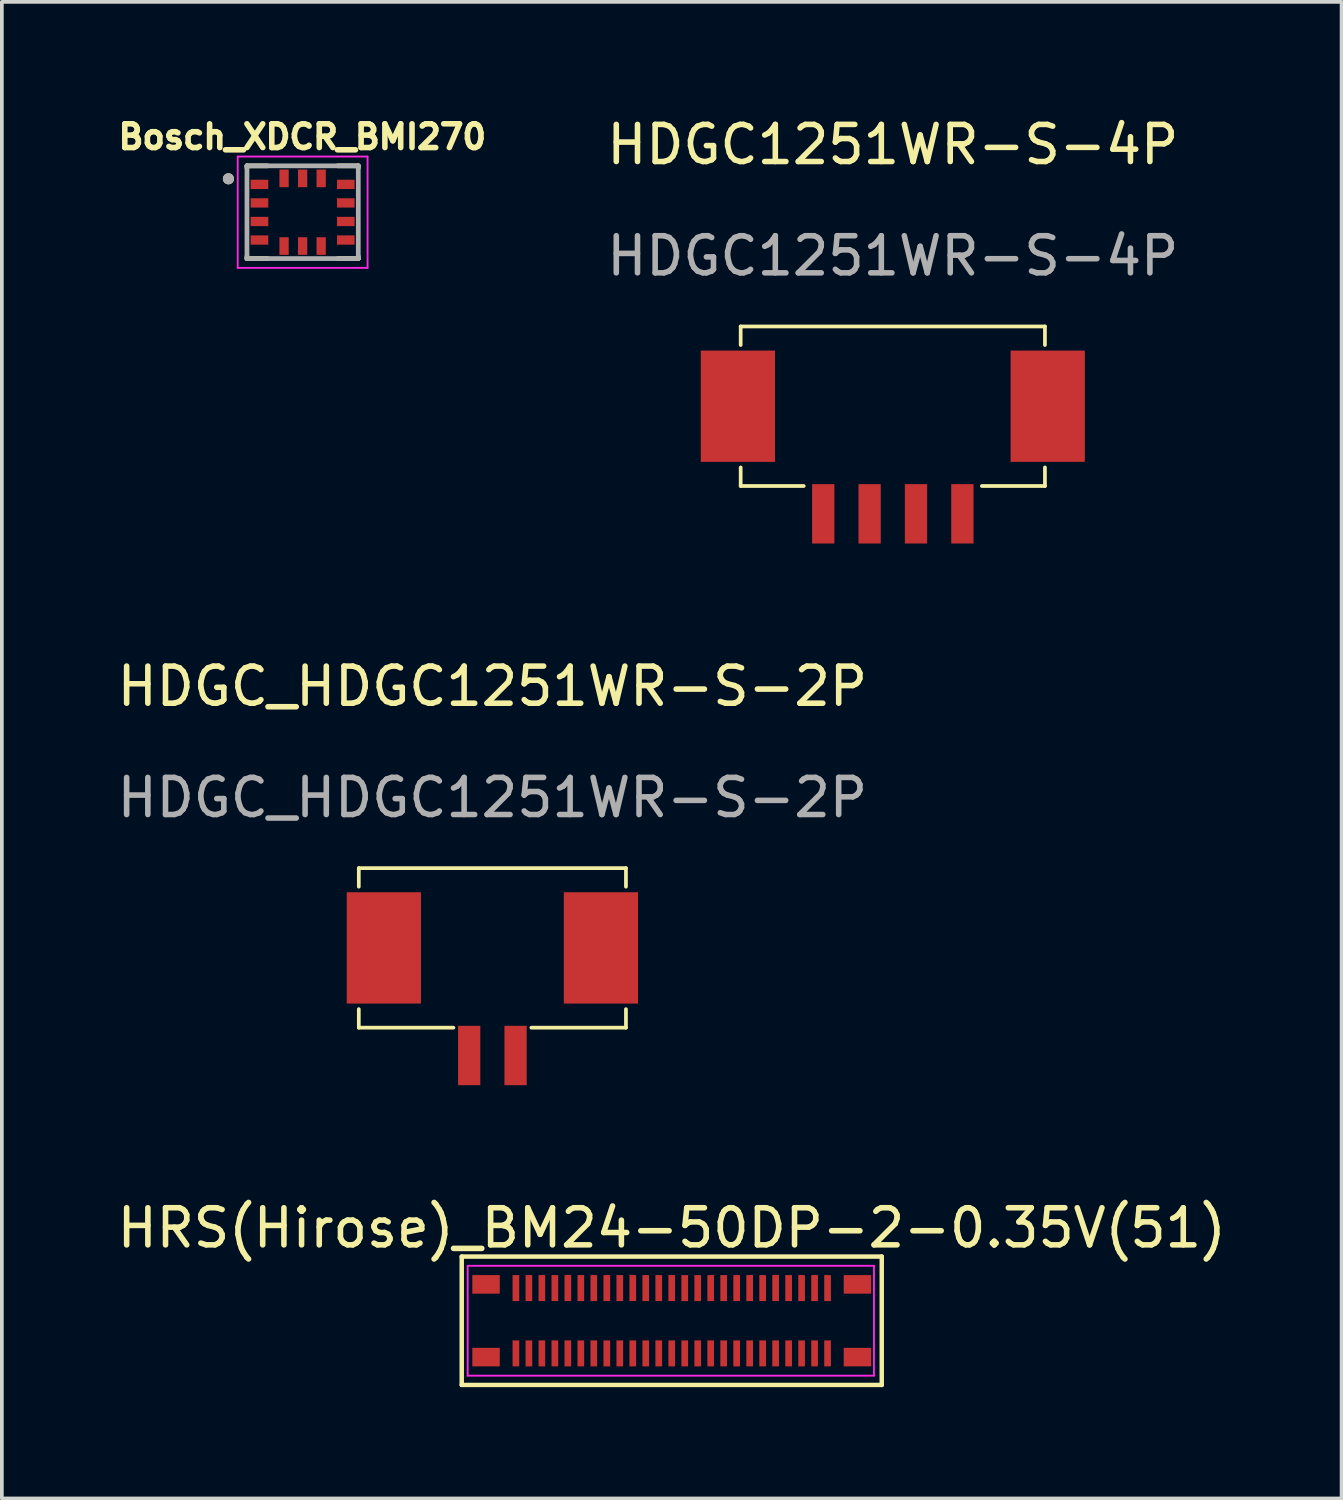
<source format=kicad_pcb>
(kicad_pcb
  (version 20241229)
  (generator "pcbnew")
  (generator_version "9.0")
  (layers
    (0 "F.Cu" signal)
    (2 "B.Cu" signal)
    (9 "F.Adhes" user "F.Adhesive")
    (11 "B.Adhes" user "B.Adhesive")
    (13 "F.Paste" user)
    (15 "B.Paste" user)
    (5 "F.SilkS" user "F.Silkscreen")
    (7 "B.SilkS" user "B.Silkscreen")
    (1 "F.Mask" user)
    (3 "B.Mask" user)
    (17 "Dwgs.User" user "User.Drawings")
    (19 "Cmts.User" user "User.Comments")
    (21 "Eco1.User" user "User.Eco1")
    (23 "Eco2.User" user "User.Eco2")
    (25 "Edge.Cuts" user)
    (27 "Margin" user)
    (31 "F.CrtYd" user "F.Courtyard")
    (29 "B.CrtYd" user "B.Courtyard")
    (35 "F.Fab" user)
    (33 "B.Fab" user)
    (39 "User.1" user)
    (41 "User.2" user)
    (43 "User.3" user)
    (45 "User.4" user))
  (footprint "HRS(Hirose)_BM24-50DP-2-0.35V(51)"
    (layer "F.Cu")
    (at 15.054 32.545)
    (property "Reference" "HRS(Hirose)_BM24-50DP-2-0.35V(51)" (at 0 -2.5 180) (layer "F.SilkS") (effects (font (size 1 1) (thickness 0.15))))
    (attr through_hole)
    (fp_line (start -5.66 -1.73) (end -5.66 1.73) (stroke (width 0.12) (type solid)) (layer "F.SilkS"))
    (fp_line (start -5.66 -1.73) (end 5.66 -1.73) (stroke (width 0.12) (type solid)) (layer "F.SilkS"))
    (fp_line (start 5.66 -1.73) (end 5.66 1.73) (stroke (width 0.12) (type solid)) (layer "F.SilkS"))
    (fp_line (start 5.66 1.73) (end -5.66 1.73) (stroke (width 0.12) (type solid)) (layer "F.SilkS"))
    (fp_line (start -5.5 -1.48) (end 5.45 -1.48) (stroke (width 0.05) (type solid)) (layer "F.CrtYd"))
    (fp_line (start -5.5 1.48) (end -5.5 -1.48) (stroke (width 0.05) (type solid)) (layer "F.CrtYd"))
    (fp_line (start 5.45 -1.48) (end 5.45 1.48) (stroke (width 0.05) (type solid)) (layer "F.CrtYd"))
    (fp_line (start 5.45 1.48) (end -5.5 1.48) (stroke (width 0.05) (type solid)) (layer "F.CrtYd"))
    (pad "1" smd rect (at -4.2 0.88) (size 0.18 0.7) (layers "F.Cu" "F.Mask" "F.Paste"))
    (pad "2" smd rect (at -3.85 0.88) (size 0.18 0.7) (layers "F.Cu" "F.Mask" "F.Paste"))
    (pad "3" smd rect (at -3.5 0.88) (size 0.18 0.7) (layers "F.Cu" "F.Mask" "F.Paste"))
    (pad "4" smd rect (at -3.15 0.88) (size 0.18 0.7) (layers "F.Cu" "F.Mask" "F.Paste"))
    (pad "5" smd rect (at -2.8 0.88) (size 0.18 0.7) (layers "F.Cu" "F.Mask" "F.Paste"))
    (pad "6" smd rect (at -2.45 0.88) (size 0.18 0.7) (layers "F.Cu" "F.Mask" "F.Paste"))
    (pad "7" smd rect (at -2.1 0.88) (size 0.18 0.7) (layers "F.Cu" "F.Mask" "F.Paste"))
    (pad "8" smd rect (at -1.75 0.88) (size 0.18 0.7) (layers "F.Cu" "F.Mask" "F.Paste"))
    (pad "9" smd rect (at -1.4 0.88) (size 0.18 0.7) (layers "F.Cu" "F.Mask" "F.Paste"))
    (pad "10" smd rect (at -1.05 0.88) (size 0.18 0.7) (layers "F.Cu" "F.Mask" "F.Paste"))
    (pad "11" smd rect (at -0.7 0.88) (size 0.18 0.7) (layers "F.Cu" "F.Mask" "F.Paste"))
    (pad "12" smd rect (at -0.35 0.88) (size 0.18 0.7) (layers "F.Cu" "F.Mask" "F.Paste"))
    (pad "13" smd rect (at 0 0.88) (size 0.18 0.7) (layers "F.Cu" "F.Mask" "F.Paste"))
    (pad "14" smd rect (at 0.35 0.88) (size 0.18 0.7) (layers "F.Cu" "F.Mask" "F.Paste"))
    (pad "15" smd rect (at 0.7 0.88) (size 0.18 0.7) (layers "F.Cu" "F.Mask" "F.Paste"))
    (pad "16" smd rect (at 1.05 0.88) (size 0.18 0.7) (layers "F.Cu" "F.Mask" "F.Paste"))
    (pad "17" smd rect (at 1.4 0.88) (size 0.18 0.7) (layers "F.Cu" "F.Mask" "F.Paste"))
    (pad "18" smd rect (at 1.75 0.88) (size 0.18 0.7) (layers "F.Cu" "F.Mask" "F.Paste"))
    (pad "19" smd rect (at 2.1 0.88) (size 0.18 0.7) (layers "F.Cu" "F.Mask" "F.Paste"))
    (pad "20" smd rect (at 2.45 0.88) (size 0.18 0.7) (layers "F.Cu" "F.Mask" "F.Paste"))
    (pad "21" smd rect (at 2.8 0.88) (size 0.18 0.7) (layers "F.Cu" "F.Mask" "F.Paste"))
    (pad "22" smd rect (at 3.15 0.88) (size 0.18 0.7) (layers "F.Cu" "F.Mask" "F.Paste"))
    (pad "23" smd rect (at 3.5 0.88) (size 0.18 0.7) (layers "F.Cu" "F.Mask" "F.Paste"))
    (pad "24" smd rect (at 3.85 0.88) (size 0.18 0.7) (layers "F.Cu" "F.Mask" "F.Paste"))
    (pad "25" smd rect (at 4.2 0.88) (size 0.18 0.7) (layers "F.Cu" "F.Mask" "F.Paste"))
    (pad "26" smd rect (at 4.2 -0.88) (size 0.18 0.7) (layers "F.Cu" "F.Mask" "F.Paste"))
    (pad "27" smd rect (at 3.85 -0.88) (size 0.18 0.7) (layers "F.Cu" "F.Mask" "F.Paste"))
    (pad "28" smd rect (at 3.5 -0.88) (size 0.18 0.7) (layers "F.Cu" "F.Mask" "F.Paste"))
    (pad "29" smd rect (at 3.15 -0.88) (size 0.18 0.7) (layers "F.Cu" "F.Mask" "F.Paste"))
    (pad "30" smd rect (at 2.8 -0.88) (size 0.18 0.7) (layers "F.Cu" "F.Mask" "F.Paste"))
    (pad "31" smd rect (at 2.45 -0.88) (size 0.18 0.7) (layers "F.Cu" "F.Mask" "F.Paste"))
    (pad "32" smd rect (at 2.1 -0.88) (size 0.18 0.7) (layers "F.Cu" "F.Mask" "F.Paste"))
    (pad "33" smd rect (at 1.75 -0.88) (size 0.18 0.7) (layers "F.Cu" "F.Mask" "F.Paste"))
    (pad "34" smd rect (at 1.4 -0.88) (size 0.18 0.7) (layers "F.Cu" "F.Mask" "F.Paste"))
    (pad "35" smd rect (at 1.05 -0.88) (size 0.18 0.7) (layers "F.Cu" "F.Mask" "F.Paste"))
    (pad "36" smd rect (at 0.7 -0.88) (size 0.18 0.7) (layers "F.Cu" "F.Mask" "F.Paste"))
    (pad "37" smd rect (at 0.35 -0.88) (size 0.18 0.7) (layers "F.Cu" "F.Mask" "F.Paste"))
    (pad "38" smd rect (at 0 -0.88) (size 0.18 0.7) (layers "F.Cu" "F.Mask" "F.Paste"))
    (pad "39" smd rect (at -0.35 -0.88) (size 0.18 0.7) (layers "F.Cu" "F.Mask" "F.Paste"))
    (pad "40" smd rect (at -0.7 -0.88) (size 0.18 0.7) (layers "F.Cu" "F.Mask" "F.Paste"))
    (pad "41" smd rect (at -1.05 -0.88) (size 0.18 0.7) (layers "F.Cu" "F.Mask" "F.Paste"))
    (pad "42" smd rect (at -1.4 -0.88) (size 0.18 0.7) (layers "F.Cu" "F.Mask" "F.Paste"))
    (pad "43" smd rect (at -1.75 -0.88) (size 0.18 0.7) (layers "F.Cu" "F.Mask" "F.Paste"))
    (pad "44" smd rect (at -2.1 -0.88) (size 0.18 0.7) (layers "F.Cu" "F.Mask" "F.Paste"))
    (pad "45" smd rect (at -2.45 -0.88) (size 0.18 0.7) (layers "F.Cu" "F.Mask" "F.Paste"))
    (pad "46" smd rect (at -2.8 -0.88) (size 0.18 0.7) (layers "F.Cu" "F.Mask" "F.Paste"))
    (pad "47" smd rect (at -3.15 -0.88) (size 0.18 0.7) (layers "F.Cu" "F.Mask" "F.Paste"))
    (pad "48" smd rect (at -3.5 -0.88) (size 0.18 0.7) (layers "F.Cu" "F.Mask" "F.Paste"))
    (pad "49" smd rect (at -3.85 -0.88) (size 0.18 0.7) (layers "F.Cu" "F.Mask" "F.Paste"))
    (pad "50" smd rect (at -4.2 -0.88) (size 0.18 0.7) (layers "F.Cu" "F.Mask" "F.Paste"))
    (pad "51" smd rect (at -5.005 -0.98) (size 0.74 0.5) (layers "F.Cu" "F.Mask" "F.Paste"))
    (pad "51" smd rect (at -5.005 0.98) (size 0.74 0.5) (layers "F.Cu" "F.Mask" "F.Paste"))
    (pad "52" smd rect (at 5.005 -0.98) (size 0.74 0.5) (layers "F.Cu" "F.Mask" "F.Paste"))
    (pad "52" smd rect (at 5.005 0.98) (size 0.74 0.5) (layers "F.Cu" "F.Mask" "F.Paste")))
  (footprint "Bosch_XDCR_BMI270"
    (layer "F.Cu")
    (at 5.106 2.669)
    (property "Reference" "Bosch_XDCR_BMI270" (at -0.008 -2.031 0) (layer "F.SilkS") (effects (font (size 0.64 0.64) (thickness 0.15))))
    (attr smd)
    (fp_line (start -1.5 -1.25) (end -1.5 -1.195) (stroke (width 0.127) (type solid)) (layer "F.SilkS"))
    (fp_line (start -1.5 -1.25) (end -0.945 -1.25) (stroke (width 0.127) (type solid)) (layer "F.SilkS"))
    (fp_line (start -1.5 1.195) (end -1.5 1.25) (stroke (width 0.127) (type solid)) (layer "F.SilkS"))
    (fp_line (start -1.5 1.25) (end -0.945 1.25) (stroke (width 0.127) (type solid)) (layer "F.SilkS"))
    (fp_line (start 0.945 -1.25) (end 1.5 -1.25) (stroke (width 0.127) (type solid)) (layer "F.SilkS"))
    (fp_line (start 0.945 1.25) (end 1.5 1.25) (stroke (width 0.127) (type solid)) (layer "F.SilkS"))
    (fp_line (start 1.5 -1.25) (end 1.5 -1.195) (stroke (width 0.127) (type solid)) (layer "F.SilkS"))
    (fp_line (start 1.5 1.195) (end 1.5 1.25) (stroke (width 0.127) (type solid)) (layer "F.SilkS"))
    (fp_circle (center -2 -0.9) (end -1.925 -0.9) (stroke (width 0.15) (type solid)) (fill no) (layer "F.SilkS"))
    (fp_line (start -1.75 -1.5) (end 1.75 -1.5) (stroke (width 0.05) (type solid)) (layer "F.CrtYd"))
    (fp_line (start -1.75 1.5) (end -1.75 -1.5) (stroke (width 0.05) (type solid)) (layer "F.CrtYd"))
    (fp_line (start 1.75 -1.5) (end 1.75 1.5) (stroke (width 0.05) (type solid)) (layer "F.CrtYd"))
    (fp_line (start 1.75 1.5) (end -1.75 1.5) (stroke (width 0.05) (type solid)) (layer "F.CrtYd"))
    (fp_line (start -1.5 -1.25) (end -1.5 1.25) (stroke (width 0.127) (type solid)) (layer "F.Fab"))
    (fp_line (start -1.5 1.25) (end 1.5 1.25) (stroke (width 0.127) (type solid)) (layer "F.Fab"))
    (fp_line (start 1.5 -1.25) (end -1.5 -1.25) (stroke (width 0.127) (type solid)) (layer "F.Fab"))
    (fp_line (start 1.5 1.25) (end 1.5 -1.25) (stroke (width 0.127) (type solid)) (layer "F.Fab"))
    (fp_circle (center -2 -0.9) (end -1.925 -0.9) (stroke (width 0.15) (type solid)) (fill no) (layer "F.Fab"))
    (pad "1" smd rect (at -1.163 -0.75) (size 0.475 0.25) (layers "F.Cu" "F.Mask" "F.Paste"))
    (pad "2" smd rect (at -1.163 -0.25) (size 0.475 0.25) (layers "F.Cu" "F.Mask" "F.Paste"))
    (pad "3" smd rect (at -1.163 0.25) (size 0.475 0.25) (layers "F.Cu" "F.Mask" "F.Paste"))
    (pad "4" smd rect (at -1.163 0.75) (size 0.475 0.25) (layers "F.Cu" "F.Mask" "F.Paste"))
    (pad "5" smd rect (at -0.5 0.912 90) (size 0.475 0.25) (layers "F.Cu" "F.Mask" "F.Paste"))
    (pad "6" smd rect (at 0 0.912 90) (size 0.475 0.25) (layers "F.Cu" "F.Mask" "F.Paste"))
    (pad "7" smd rect (at 0.5 0.912 90) (size 0.475 0.25) (layers "F.Cu" "F.Mask" "F.Paste"))
    (pad "8" smd rect (at 1.163 0.75) (size 0.475 0.25) (layers "F.Cu" "F.Mask" "F.Paste"))
    (pad "9" smd rect (at 1.163 0.25) (size 0.475 0.25) (layers "F.Cu" "F.Mask" "F.Paste"))
    (pad "10" smd rect (at 1.163 -0.25) (size 0.475 0.25) (layers "F.Cu" "F.Mask" "F.Paste"))
    (pad "11" smd rect (at 1.163 -0.75) (size 0.475 0.25) (layers "F.Cu" "F.Mask" "F.Paste"))
    (pad "12" smd rect (at 0.5 -0.912 90) (size 0.475 0.25) (layers "F.Cu" "F.Mask" "F.Paste"))
    (pad "13" smd rect (at 0 -0.912 90) (size 0.475 0.25) (layers "F.Cu" "F.Mask" "F.Paste"))
    (pad "14" smd rect (at -0.5 -0.912 90) (size 0.475 0.25) (layers "F.Cu" "F.Mask" "F.Paste")))
  (footprint "HDGC1251WR-S-4P"
    (layer "F.Cu")
    (at 21.012 7.898)
    (property "Reference" "HDGC1251WR-S-4P" (at 0 -7.05 0) (unlocked yes) (layer "F.SilkS") (effects (font (size 1 1) (thickness 0.15))))
    (attr smd)
    (fp_line (start -4.1 -2.15) (end -4.1 -1.65) (stroke (width 0.1) (type default)) (layer "F.SilkS"))
    (fp_line (start -4.1 -2.15) (end 4.1 -2.15) (stroke (width 0.1) (type default)) (layer "F.SilkS"))
    (fp_line (start -4.1 2.15) (end -4.1 1.65) (stroke (width 0.1) (type default)) (layer "F.SilkS"))
    (fp_line (start -2.4 2.15) (end -4.1 2.15) (stroke (width 0.1) (type default)) (layer "F.SilkS"))
    (fp_line (start 4.1 -2.15) (end 4.1 -1.65) (stroke (width 0.1) (type default)) (layer "F.SilkS"))
    (fp_line (start 4.1 2.15) (end 2.4 2.15) (stroke (width 0.1) (type default)) (layer "F.SilkS"))
    (fp_line (start 4.1 2.15) (end 4.1 1.65) (stroke (width 0.1) (type default)) (layer "F.SilkS"))
    (fp_text user "${REFERENCE}" (at 0 -4.05 0) (unlocked yes) (layer "F.Fab") (effects (font (size 1 1) (thickness 0.15))))
    (pad "1" smd rect (at 1.875 2.9) (size 0.6 1.6) (layers "F.Cu" "F.Mask" "F.Paste"))
    (pad "2" smd rect (at 0.625 2.9) (size 0.6 1.6) (layers "F.Cu" "F.Mask" "F.Paste"))
    (pad "3" smd rect (at -0.625 2.9) (size 0.6 1.6) (layers "F.Cu" "F.Mask" "F.Paste"))
    (pad "4" smd rect (at -1.875 2.9) (size 0.6 1.6) (layers "F.Cu" "F.Mask" "F.Paste"))
    (pad "5" smd rect (at -4.175 0) (size 2 3) (layers "F.Cu" "F.Mask" "F.Paste"))
    (pad "5" smd rect (at 4.175 0) (size 2 3) (layers "F.Cu" "F.Mask" "F.Paste")))
  (footprint "HDGC_HDGC1251WR-S-2P"
    (layer "F.Cu")
    (at 10.22 22.497)
    (property "Reference" "HDGC_HDGC1251WR-S-2P" (at 0 -7.05 0) (unlocked yes) (layer "F.SilkS") (effects (font (size 1 1) (thickness 0.15))))
    (attr smd)
    (fp_line (start -3.6 -2.15) (end -3.6 -1.65) (stroke (width 0.1) (type default)) (layer "F.SilkS"))
    (fp_line (start -3.6 -2.15) (end 3.6 -2.15) (stroke (width 0.1) (type default)) (layer "F.SilkS"))
    (fp_line (start -3.6 2.15) (end -3.6 1.65) (stroke (width 0.1) (type default)) (layer "F.SilkS"))
    (fp_line (start -1.05 2.15) (end -3.6 2.15) (stroke (width 0.1) (type default)) (layer "F.SilkS"))
    (fp_line (start 3.6 -2.15) (end 3.6 -1.65) (stroke (width 0.1) (type default)) (layer "F.SilkS"))
    (fp_line (start 3.6 2.15) (end 1.05 2.15) (stroke (width 0.1) (type default)) (layer "F.SilkS"))
    (fp_line (start 3.6 2.15) (end 3.6 1.65) (stroke (width 0.1) (type default)) (layer "F.SilkS"))
    (fp_text user "${REFERENCE}" (at 0 -4.05 0) (unlocked yes) (layer "F.Fab") (effects (font (size 1 1) (thickness 0.15))))
    (pad "1" smd rect (at 0.625 2.9) (size 0.6 1.6) (layers "F.Cu" "F.Mask" "F.Paste"))
    (pad "2" smd rect (at -0.625 2.9) (size 0.6 1.6) (layers "F.Cu" "F.Mask" "F.Paste"))
    (pad "3" smd rect (at -2.925 0) (size 2 3) (layers "F.Cu" "F.Mask" "F.Paste"))
    (pad "3" smd rect (at 2.925 0) (size 2 3) (layers "F.Cu" "F.Mask" "F.Paste")))
  (gr_rect
    (start -3 -3)
    (end 33.107 37.335)
    (stroke (width 0.1) (type default))
    (fill no)
    (layer "Edge.Cuts")))
</source>
